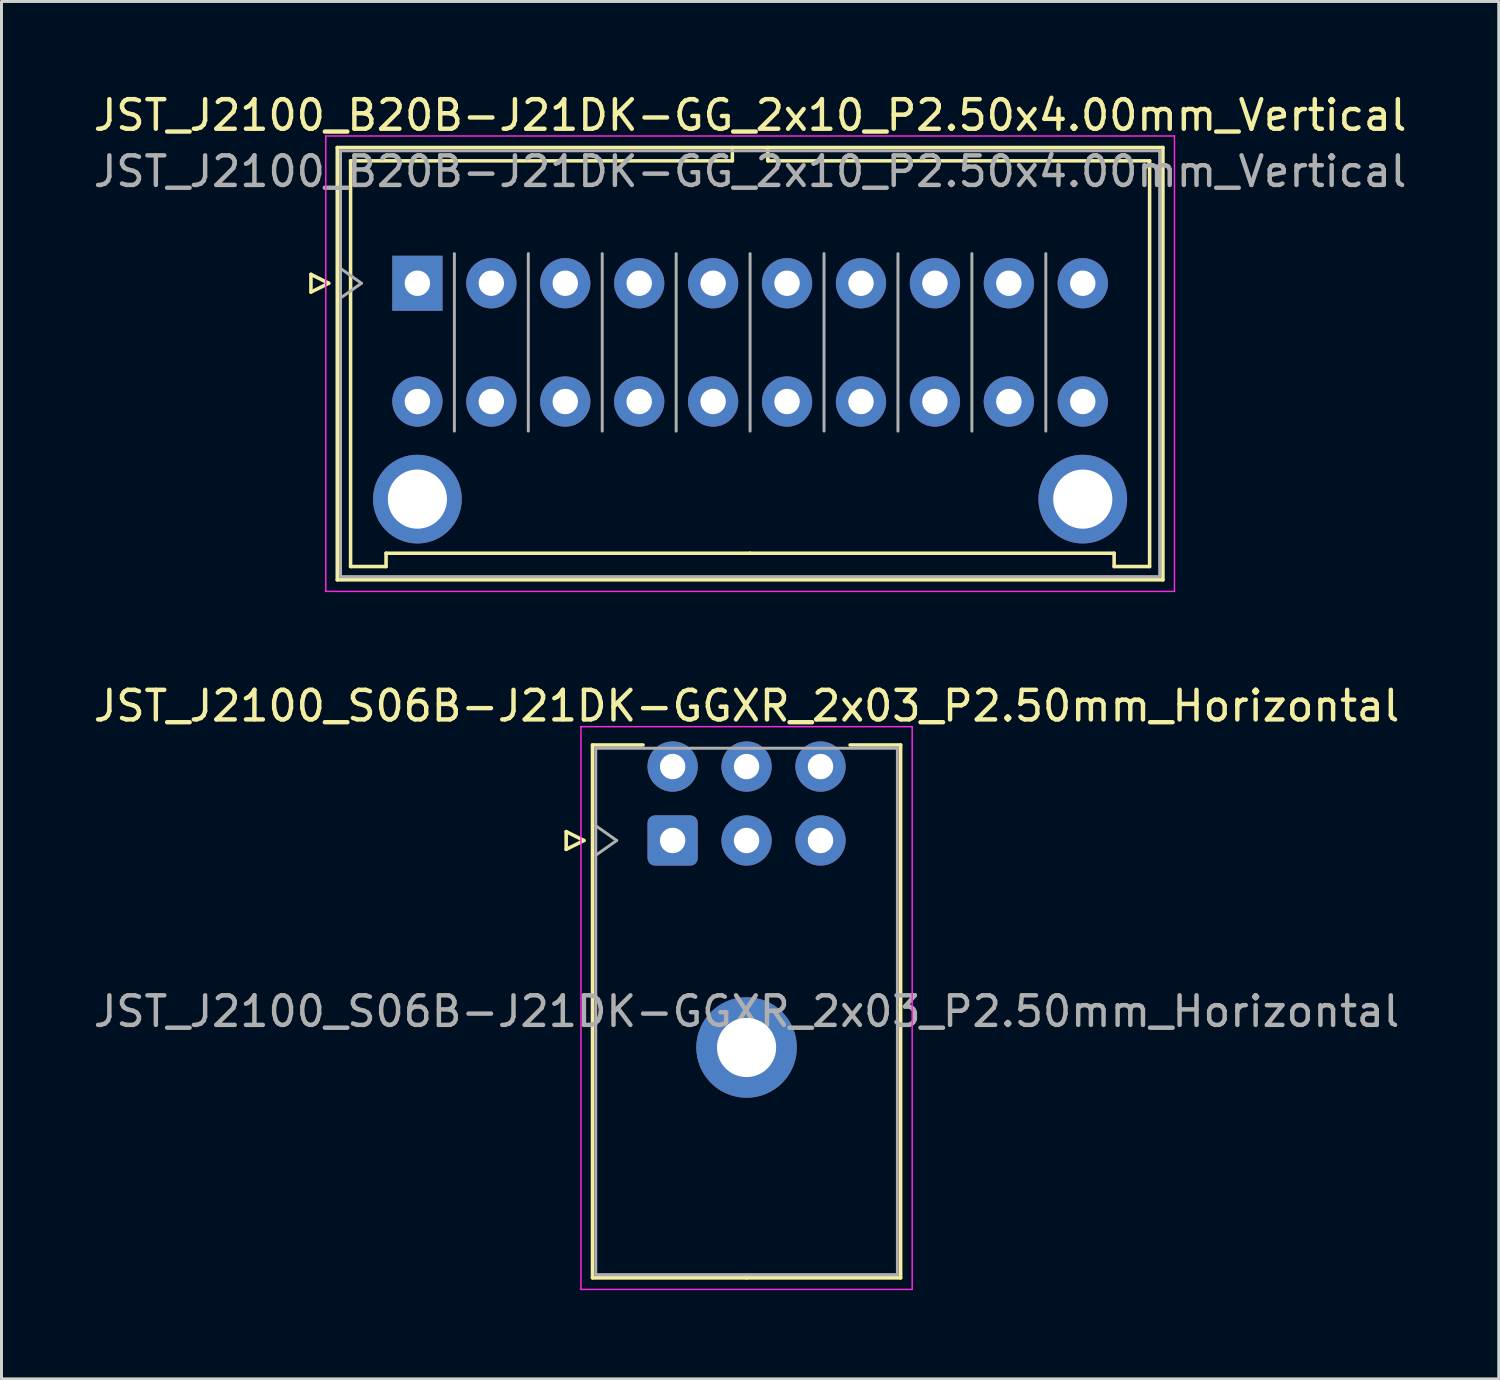
<source format=kicad_pcb>
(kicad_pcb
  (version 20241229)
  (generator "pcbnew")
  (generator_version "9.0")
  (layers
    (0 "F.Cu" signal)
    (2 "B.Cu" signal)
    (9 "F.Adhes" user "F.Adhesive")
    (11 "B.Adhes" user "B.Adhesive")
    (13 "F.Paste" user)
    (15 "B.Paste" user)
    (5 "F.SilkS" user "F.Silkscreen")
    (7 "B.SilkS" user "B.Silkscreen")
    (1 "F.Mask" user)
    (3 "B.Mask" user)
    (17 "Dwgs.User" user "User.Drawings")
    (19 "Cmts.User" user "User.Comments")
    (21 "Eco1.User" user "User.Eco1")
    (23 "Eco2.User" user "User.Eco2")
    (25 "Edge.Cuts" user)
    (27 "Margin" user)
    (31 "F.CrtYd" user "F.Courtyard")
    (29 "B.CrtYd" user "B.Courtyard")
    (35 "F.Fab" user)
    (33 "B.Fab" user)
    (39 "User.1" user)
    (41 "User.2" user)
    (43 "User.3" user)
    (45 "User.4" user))
  (footprint "JST_J2100_B20B-J21DK-GG_2x10_P2.50x4.00mm_Vertical"
    (layer "F.Cu")
    (at 11.065 6.528)
    (property "Reference" "JST_J2100_B20B-J21DK-GG_2x10_P2.50x4.00mm_Vertical" (at 11.25 -5.68 0) (layer "F.SilkS") (effects (font (size 1 1) (thickness 0.15))))
    (attr through_hole)
    (fp_line (start -3.6 -0.3) (end -3 0) (stroke (width 0.12) (type solid)) (layer "F.SilkS"))
    (fp_line (start -3.6 0.3) (end -3.6 -0.3) (stroke (width 0.12) (type solid)) (layer "F.SilkS"))
    (fp_line (start -3 0) (end -3.6 0.3) (stroke (width 0.12) (type solid)) (layer "F.SilkS"))
    (fp_line (start -2.71 -4.59) (end -2.71 10.03) (stroke (width 0.12) (type solid)) (layer "F.SilkS"))
    (fp_line (start -2.71 10.03) (end 25.21 10.03) (stroke (width 0.12) (type solid)) (layer "F.SilkS"))
    (fp_line (start -2.26 -4.14) (end -2.26 9.58) (stroke (width 0.12) (type solid)) (layer "F.SilkS"))
    (fp_line (start -2.26 9.58) (end -1.06 9.58) (stroke (width 0.12) (type solid)) (layer "F.SilkS"))
    (fp_line (start -1.06 9.13) (end 11.25 9.13) (stroke (width 0.12) (type solid)) (layer "F.SilkS"))
    (fp_line (start -1.06 9.58) (end -1.06 9.13) (stroke (width 0.12) (type solid)) (layer "F.SilkS"))
    (fp_line (start 10.65 -4.59) (end 10.65 -4.14) (stroke (width 0.12) (type solid)) (layer "F.SilkS"))
    (fp_line (start 10.65 -4.14) (end -2.26 -4.14) (stroke (width 0.12) (type solid)) (layer "F.SilkS"))
    (fp_line (start 11.85 -4.59) (end 11.85 -4.14) (stroke (width 0.12) (type solid)) (layer "F.SilkS"))
    (fp_line (start 11.85 -4.14) (end 24.76 -4.14) (stroke (width 0.12) (type solid)) (layer "F.SilkS"))
    (fp_line (start 23.56 9.13) (end 11.25 9.13) (stroke (width 0.12) (type solid)) (layer "F.SilkS"))
    (fp_line (start 23.56 9.58) (end 23.56 9.13) (stroke (width 0.12) (type solid)) (layer "F.SilkS"))
    (fp_line (start 24.76 -4.14) (end 24.76 9.58) (stroke (width 0.12) (type solid)) (layer "F.SilkS"))
    (fp_line (start 24.76 9.58) (end 23.56 9.58) (stroke (width 0.12) (type solid)) (layer "F.SilkS"))
    (fp_line (start 25.21 -4.59) (end -2.71 -4.59) (stroke (width 0.12) (type solid)) (layer "F.SilkS"))
    (fp_line (start 25.21 10.03) (end 25.21 -4.59) (stroke (width 0.12) (type solid)) (layer "F.SilkS"))
    (fp_line (start -3.1 -4.98) (end -3.1 10.42) (stroke (width 0.05) (type solid)) (layer "F.CrtYd"))
    (fp_line (start -3.1 10.42) (end 25.6 10.42) (stroke (width 0.05) (type solid)) (layer "F.CrtYd"))
    (fp_line (start 25.6 -4.98) (end -3.1 -4.98) (stroke (width 0.05) (type solid)) (layer "F.CrtYd"))
    (fp_line (start 25.6 10.42) (end 25.6 -4.98) (stroke (width 0.05) (type solid)) (layer "F.CrtYd"))
    (fp_line (start -2.6 -4.48) (end -2.6 9.92) (stroke (width 0.1) (type solid)) (layer "F.Fab"))
    (fp_line (start -2.6 0.5) (end -1.893 0) (stroke (width 0.1) (type solid)) (layer "F.Fab"))
    (fp_line (start -2.6 9.92) (end 25.1 9.92) (stroke (width 0.1) (type solid)) (layer "F.Fab"))
    (fp_line (start -1.893 0) (end -2.6 -0.5) (stroke (width 0.1) (type solid)) (layer "F.Fab"))
    (fp_line (start 1.25 5) (end 1.25 -1) (stroke (width 0.1) (type solid)) (layer "F.Fab"))
    (fp_line (start 3.75 5) (end 3.75 -1) (stroke (width 0.1) (type solid)) (layer "F.Fab"))
    (fp_line (start 6.25 5) (end 6.25 -1) (stroke (width 0.1) (type solid)) (layer "F.Fab"))
    (fp_line (start 8.75 5) (end 8.75 -1) (stroke (width 0.1) (type solid)) (layer "F.Fab"))
    (fp_line (start 11.25 5) (end 11.25 -1) (stroke (width 0.1) (type solid)) (layer "F.Fab"))
    (fp_line (start 13.75 5) (end 13.75 -1) (stroke (width 0.1) (type solid)) (layer "F.Fab"))
    (fp_line (start 16.25 5) (end 16.25 -1) (stroke (width 0.1) (type solid)) (layer "F.Fab"))
    (fp_line (start 18.75 5) (end 18.75 -1) (stroke (width 0.1) (type solid)) (layer "F.Fab"))
    (fp_line (start 21.25 5) (end 21.25 -1) (stroke (width 0.1) (type solid)) (layer "F.Fab"))
    (fp_line (start 25.1 -4.48) (end -2.6 -4.48) (stroke (width 0.1) (type solid)) (layer "F.Fab"))
    (fp_line (start 25.1 9.92) (end 25.1 -4.48) (stroke (width 0.1) (type solid)) (layer "F.Fab"))
    (fp_text user "${REFERENCE}" (at 11.25 -3.78 0) (layer "F.Fab") (effects (font (size 1 1) (thickness 0.15))))
    (pad "" thru_hole circle (at 0 7.3) (size 3 3) (drill 2) (layers "*.Cu" "*.Mask"))
    (pad "" thru_hole circle (at 22.5 7.3) (size 3 3) (drill 2) (layers "*.Cu" "*.Mask"))
    (pad "a1" thru_hole rect (at 0 0) (size 1.7 1.86) (drill 0.86) (layers "*.Cu" "*.Mask"))
    (pad "a2" thru_hole circle (at 2.5 0) (size 1.7 1.7) (drill 0.86) (layers "*.Cu" "*.Mask"))
    (pad "a3" thru_hole circle (at 5 0) (size 1.7 1.7) (drill 0.86) (layers "*.Cu" "*.Mask"))
    (pad "a4" thru_hole circle (at 7.5 0) (size 1.7 1.7) (drill 0.86) (layers "*.Cu" "*.Mask"))
    (pad "a5" thru_hole circle (at 10 0) (size 1.7 1.7) (drill 0.86) (layers "*.Cu" "*.Mask"))
    (pad "a6" thru_hole circle (at 12.5 0) (size 1.7 1.7) (drill 0.86) (layers "*.Cu" "*.Mask"))
    (pad "a7" thru_hole circle (at 15 0) (size 1.7 1.7) (drill 0.86) (layers "*.Cu" "*.Mask"))
    (pad "a8" thru_hole circle (at 17.5 0) (size 1.7 1.7) (drill 0.86) (layers "*.Cu" "*.Mask"))
    (pad "a9" thru_hole circle (at 20 0) (size 1.7 1.7) (drill 0.86) (layers "*.Cu" "*.Mask"))
    (pad "a10" thru_hole circle (at 22.5 0) (size 1.7 1.7) (drill 0.86) (layers "*.Cu" "*.Mask"))
    (pad "b1" thru_hole circle (at 0 4) (size 1.7 1.7) (drill 0.86) (layers "*.Cu" "*.Mask"))
    (pad "b2" thru_hole circle (at 2.5 4) (size 1.7 1.7) (drill 0.86) (layers "*.Cu" "*.Mask"))
    (pad "b3" thru_hole circle (at 5 4) (size 1.7 1.7) (drill 0.86) (layers "*.Cu" "*.Mask"))
    (pad "b4" thru_hole circle (at 7.5 4) (size 1.7 1.7) (drill 0.86) (layers "*.Cu" "*.Mask"))
    (pad "b5" thru_hole circle (at 10 4) (size 1.7 1.7) (drill 0.86) (layers "*.Cu" "*.Mask"))
    (pad "b6" thru_hole circle (at 12.5 4) (size 1.7 1.7) (drill 0.86) (layers "*.Cu" "*.Mask"))
    (pad "b7" thru_hole circle (at 15 4) (size 1.7 1.7) (drill 0.86) (layers "*.Cu" "*.Mask"))
    (pad "b8" thru_hole circle (at 17.5 4) (size 1.7 1.7) (drill 0.86) (layers "*.Cu" "*.Mask"))
    (pad "b9" thru_hole circle (at 20 4) (size 1.7 1.7) (drill 0.86) (layers "*.Cu" "*.Mask"))
    (pad "b10" thru_hole circle (at 22.5 4) (size 1.7 1.7) (drill 0.86) (layers "*.Cu" "*.Mask")))
  (footprint "JST_J2100_S06B-J21DK-GGXR_2x03_P2.50mm_Horizontal"
    (layer "F.Cu")
    (at 19.696 25.372)
    (property "Reference" "JST_J2100_S06B-J21DK-GGXR_2x03_P2.50mm_Horizontal" (at 2.5 -4.55 0) (layer "F.SilkS") (effects (font (size 1 1) (thickness 0.15))))
    (attr through_hole)
    (fp_line (start -3.6 -0.3) (end -3 0) (stroke (width 0.12) (type solid)) (layer "F.SilkS"))
    (fp_line (start -3.6 0.3) (end -3.6 -0.3) (stroke (width 0.12) (type solid)) (layer "F.SilkS"))
    (fp_line (start -3 0) (end -3.6 0.3) (stroke (width 0.12) (type solid)) (layer "F.SilkS"))
    (fp_line (start -2.71 -3.23) (end -2.71 14.79) (stroke (width 0.12) (type solid)) (layer "F.SilkS"))
    (fp_line (start -2.71 14.79) (end 2.5 14.79) (stroke (width 0.12) (type solid)) (layer "F.SilkS"))
    (fp_line (start -1 -3.23) (end -2.71 -3.23) (stroke (width 0.12) (type solid)) (layer "F.SilkS"))
    (fp_line (start 6 -3.23) (end 7.71 -3.23) (stroke (width 0.12) (type solid)) (layer "F.SilkS"))
    (fp_line (start 7.71 -3.23) (end 7.71 14.79) (stroke (width 0.12) (type solid)) (layer "F.SilkS"))
    (fp_line (start 7.71 14.79) (end 2.5 14.79) (stroke (width 0.12) (type solid)) (layer "F.SilkS"))
    (fp_line (start -3.1 -3.85) (end -3.1 15.18) (stroke (width 0.05) (type solid)) (layer "F.CrtYd"))
    (fp_line (start -3.1 15.18) (end 8.1 15.18) (stroke (width 0.05) (type solid)) (layer "F.CrtYd"))
    (fp_line (start 8.1 -3.85) (end -3.1 -3.85) (stroke (width 0.05) (type solid)) (layer "F.CrtYd"))
    (fp_line (start 8.1 15.18) (end 8.1 -3.85) (stroke (width 0.05) (type solid)) (layer "F.CrtYd"))
    (fp_line (start -2.6 -3.12) (end -2.6 14.68) (stroke (width 0.1) (type solid)) (layer "F.Fab"))
    (fp_line (start -2.6 0.5) (end -1.893 0) (stroke (width 0.1) (type solid)) (layer "F.Fab"))
    (fp_line (start -2.6 14.68) (end 7.6 14.68) (stroke (width 0.1) (type solid)) (layer "F.Fab"))
    (fp_line (start -1.893 0) (end -2.6 -0.5) (stroke (width 0.1) (type solid)) (layer "F.Fab"))
    (fp_line (start 7.6 -3.12) (end -2.6 -3.12) (stroke (width 0.1) (type solid)) (layer "F.Fab"))
    (fp_line (start 7.6 14.68) (end 7.6 -3.12) (stroke (width 0.1) (type solid)) (layer "F.Fab"))
    (fp_text user "${REFERENCE}" (at 2.5 5.78 0) (layer "F.Fab") (effects (font (size 1 1) (thickness 0.15))))
    (pad "" thru_hole circle (at 2.5 7) (size 3.4 3.4) (drill 2) (layers "*.Cu" "*.Mask"))
    (pad "1" thru_hole roundrect (at 0 0) (size 1.7 1.7) (drill 0.86) (layers "*.Cu" "*.Mask") (roundrect_rratio 0.147))
    (pad "2" thru_hole circle (at 2.5 0) (size 1.7 1.7) (drill 0.86) (layers "*.Cu" "*.Mask"))
    (pad "3" thru_hole circle (at 5 0) (size 1.7 1.7) (drill 0.86) (layers "*.Cu" "*.Mask"))
    (pad "4" thru_hole circle (at 0 -2.5) (size 1.7 1.7) (drill 0.86) (layers "*.Cu" "*.Mask"))
    (pad "5" thru_hole circle (at 2.5 -2.5) (size 1.7 1.7) (drill 0.86) (layers "*.Cu" "*.Mask"))
    (pad "6" thru_hole circle (at 5 -2.5) (size 1.7 1.7) (drill 0.86) (layers "*.Cu" "*.Mask")))
  (gr_rect
    (start -3 -3)
    (end 47.631 43.577)
    (stroke (width 0.1) (type default))
    (fill no)
    (layer "Edge.Cuts")))
</source>
